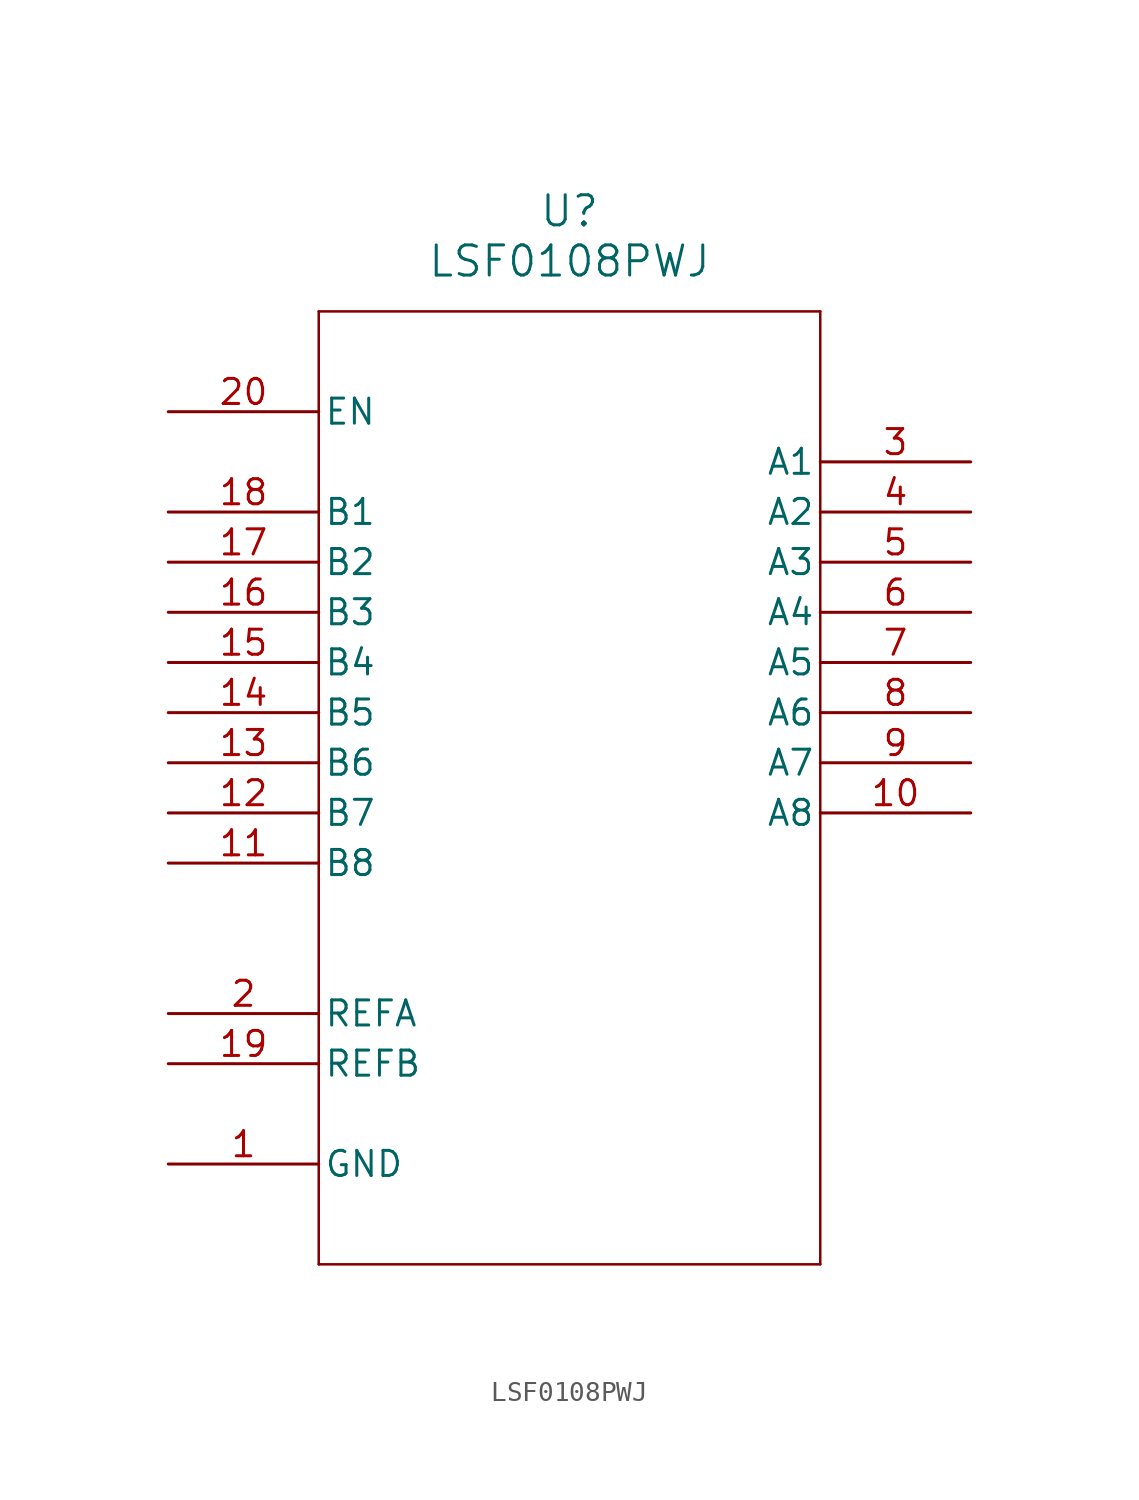
<source format=kicad_sym>
(kicad_symbol_lib
  (version 20211014)
  (generator kicad_symbol_editor)
  (symbol "LSF0108PWJ"
    (pin_names
      (offset 0.254))
    (property "Reference" "U"
      (at 20.32 10.16 0)
      (effects (font (size 1.524 1.524))))
    (property "Value" "LSF0108PWJ"
      (at 20.32 7.62 0)
      (effects (font (size 1.524 1.524))))
    (symbol "LSF0108PWJ_0_1"
      (polyline (pts (xy 7.62 5.08) (xy 7.62 -43.18)) (stroke (width 0.127) (type default) (color 0 0 0 0)) (fill (type none)))
      (polyline (pts (xy 7.62 -43.18) (xy 33.02 -43.18)) (stroke (width 0.127) (type default) (color 0 0 0 0)) (fill (type none)))
      (polyline (pts (xy 33.02 -43.18) (xy 33.02 5.08)) (stroke (width 0.127) (type default) (color 0 0 0 0)) (fill (type none)))
      (polyline (pts (xy 33.02 5.08) (xy 7.62 5.08)) (stroke (width 0.127) (type default) (color 0 0 0 0)) (fill (type none)))
      (pin power_out line (at 0 -38.1 0) (length 7.62) (name "GND" (effects (font (size 1.27 1.27)))) (number "1" (effects (font (size 1.27 1.27)))))
      (pin power_in line (at 0 -30.48 0) (length 7.62) (name "REFA" (effects (font (size 1.27 1.27)))) (number "2" (effects (font (size 1.27 1.27)))))
      (pin bidirectional line (at 40.64 -2.54 180) (length 7.62) (name "A1" (effects (font (size 1.27 1.27)))) (number "3" (effects (font (size 1.27 1.27)))))
      (pin bidirectional line (at 40.64 -5.08 180) (length 7.62) (name "A2" (effects (font (size 1.27 1.27)))) (number "4" (effects (font (size 1.27 1.27)))))
      (pin bidirectional line (at 40.64 -7.62 180) (length 7.62) (name "A3" (effects (font (size 1.27 1.27)))) (number "5" (effects (font (size 1.27 1.27)))))
      (pin bidirectional line (at 40.64 -10.16 180) (length 7.62) (name "A4" (effects (font (size 1.27 1.27)))) (number "6" (effects (font (size 1.27 1.27)))))
      (pin bidirectional line (at 40.64 -12.7 180) (length 7.62) (name "A5" (effects (font (size 1.27 1.27)))) (number "7" (effects (font (size 1.27 1.27)))))
      (pin bidirectional line (at 40.64 -15.24 180) (length 7.62) (name "A6" (effects (font (size 1.27 1.27)))) (number "8" (effects (font (size 1.27 1.27)))))
      (pin bidirectional line (at 40.64 -17.78 180) (length 7.62) (name "A7" (effects (font (size 1.27 1.27)))) (number "9" (effects (font (size 1.27 1.27)))))
      (pin bidirectional line (at 40.64 -20.32 180) (length 7.62) (name "A8" (effects (font (size 1.27 1.27)))) (number "10" (effects (font (size 1.27 1.27)))))
      (pin bidirectional line (at 0 -22.86 0) (length 7.62) (name "B8" (effects (font (size 1.27 1.27)))) (number "11" (effects (font (size 1.27 1.27)))))
      (pin bidirectional line (at 0 -20.32 0) (length 7.62) (name "B7" (effects (font (size 1.27 1.27)))) (number "12" (effects (font (size 1.27 1.27)))))
      (pin bidirectional line (at 0 -17.78 0) (length 7.62) (name "B6" (effects (font (size 1.27 1.27)))) (number "13" (effects (font (size 1.27 1.27)))))
      (pin bidirectional line (at 0 -15.24 0) (length 7.62) (name "B5" (effects (font (size 1.27 1.27)))) (number "14" (effects (font (size 1.27 1.27)))))
      (pin bidirectional line (at 0 -12.7 0) (length 7.62) (name "B4" (effects (font (size 1.27 1.27)))) (number "15" (effects (font (size 1.27 1.27)))))
      (pin bidirectional line (at 0 -10.16 0) (length 7.62) (name "B3" (effects (font (size 1.27 1.27)))) (number "16" (effects (font (size 1.27 1.27)))))
      (pin bidirectional line (at 0 -7.62 0) (length 7.62) (name "B2" (effects (font (size 1.27 1.27)))) (number "17" (effects (font (size 1.27 1.27)))))
      (pin bidirectional line (at 0 -5.08 0) (length 7.62) (name "B1" (effects (font (size 1.27 1.27)))) (number "18" (effects (font (size 1.27 1.27)))))
      (pin power_in line (at 0 -33.02 0) (length 7.62) (name "REFB" (effects (font (size 1.27 1.27)))) (number "19" (effects (font (size 1.27 1.27)))))
      (pin input line (at 0 0 0) (length 7.62) (name "EN" (effects (font (size 1.27 1.27)))) (number "20" (effects (font (size 1.27 1.27))))))))
</source>
